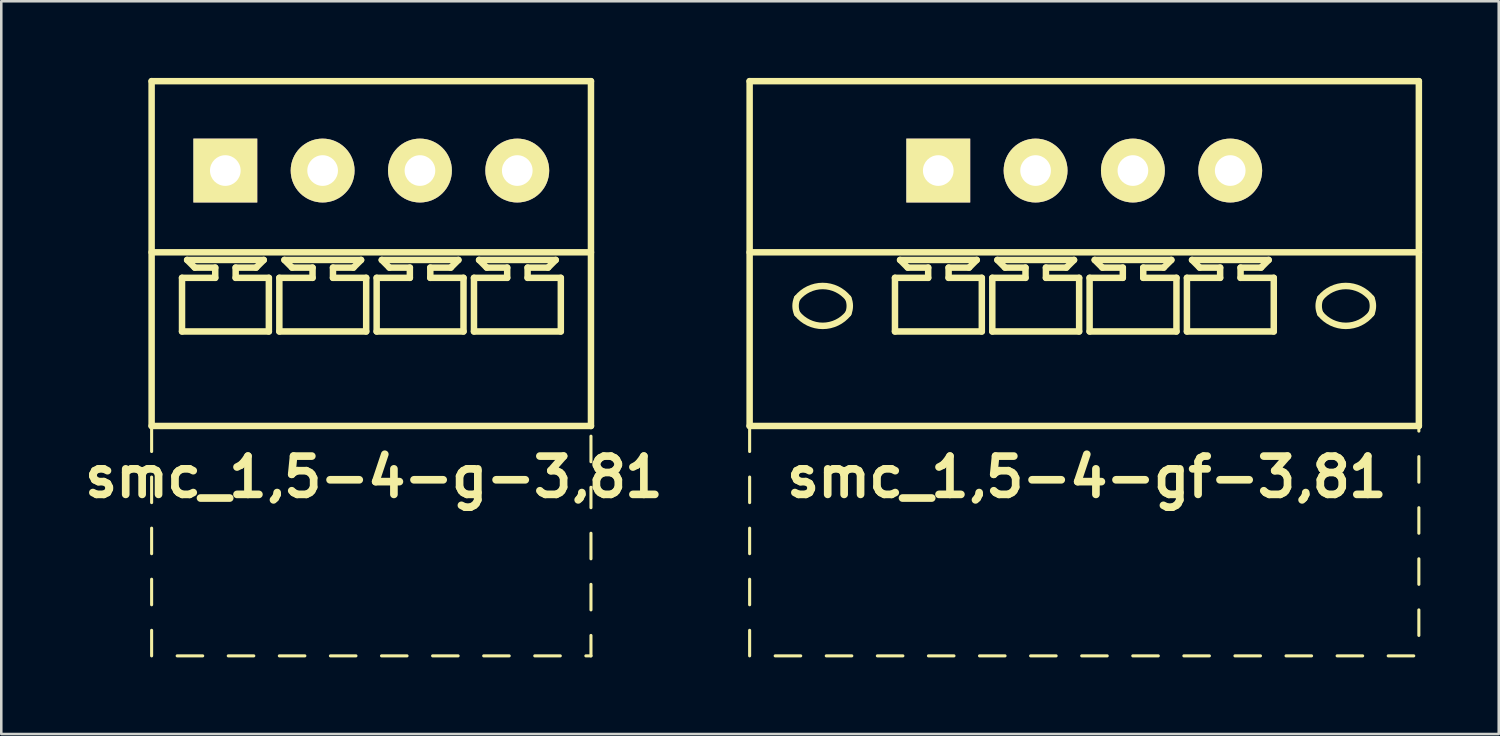
<source format=kicad_pcb>
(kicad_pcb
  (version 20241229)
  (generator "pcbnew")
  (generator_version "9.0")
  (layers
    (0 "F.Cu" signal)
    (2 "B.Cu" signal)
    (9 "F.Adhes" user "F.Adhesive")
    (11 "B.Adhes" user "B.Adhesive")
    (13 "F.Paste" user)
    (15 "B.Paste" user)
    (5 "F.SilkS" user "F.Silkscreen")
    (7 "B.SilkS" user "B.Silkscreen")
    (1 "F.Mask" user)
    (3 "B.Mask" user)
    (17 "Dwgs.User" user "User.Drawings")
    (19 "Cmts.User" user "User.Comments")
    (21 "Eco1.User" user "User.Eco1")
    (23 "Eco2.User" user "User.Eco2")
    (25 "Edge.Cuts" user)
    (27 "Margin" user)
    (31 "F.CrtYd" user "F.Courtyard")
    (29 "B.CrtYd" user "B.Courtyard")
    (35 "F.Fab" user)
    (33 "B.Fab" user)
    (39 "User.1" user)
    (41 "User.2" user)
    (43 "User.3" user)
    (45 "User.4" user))
  (footprint "smc_1,5-4-gf-3,81"
    (layer "F.Cu")
    (at 39.398 3.627)
    (property "Reference" "smc_1,5-4-gf-3,81" (at 0.1 12 0) (layer "F.SilkS") (effects (font (size 1.5 1.5) (thickness 0.3))))
    (attr through_hole)
    (fp_line (start -13.1 -3.5) (end -13.1 10) (stroke (width 0.254) (type solid)) (layer "F.SilkS"))
    (fp_line (start -13.1 -3.5) (end 13.1 -3.5) (stroke (width 0.254) (type solid)) (layer "F.SilkS"))
    (fp_line (start -13.1 3.2) (end 13.1 3.2) (stroke (width 0.254) (type solid)) (layer "F.SilkS"))
    (fp_line (start -13.1 10) (end -13.1 11) (stroke (width 0.12) (type solid)) (layer "F.SilkS"))
    (fp_line (start -13.1 10) (end 13.1 10) (stroke (width 0.254) (type solid)) (layer "F.SilkS"))
    (fp_line (start -13.1 12) (end -13.1 13) (stroke (width 0.12) (type solid)) (layer "F.SilkS"))
    (fp_line (start -13.1 14) (end -13.1 15) (stroke (width 0.12) (type solid)) (layer "F.SilkS"))
    (fp_line (start -13.1 16) (end -13.1 17) (stroke (width 0.12) (type solid)) (layer "F.SilkS"))
    (fp_line (start -13.1 18) (end -13.1 19) (stroke (width 0.12) (type solid)) (layer "F.SilkS"))
    (fp_line (start -12.1 19) (end -11.1 19) (stroke (width 0.12) (type solid)) (layer "F.SilkS"))
    (fp_line (start -10.1 19) (end -9.1 19) (stroke (width 0.12) (type solid)) (layer "F.SilkS"))
    (fp_line (start -8.1 19) (end -7.1 19) (stroke (width 0.12) (type solid)) (layer "F.SilkS"))
    (fp_line (start -7.41 4.2) (end -6.11 4.2) (stroke (width 0.254) (type solid)) (layer "F.SilkS"))
    (fp_line (start -7.41 6.3) (end -7.41 4.2) (stroke (width 0.254) (type solid)) (layer "F.SilkS"))
    (fp_line (start -7.21 3.5) (end -4.21 3.5) (stroke (width 0.254) (type solid)) (layer "F.SilkS"))
    (fp_line (start -6.91 3.8) (end -7.21 3.5) (stroke (width 0.254) (type solid)) (layer "F.SilkS"))
    (fp_line (start -6.11 3.8) (end -6.91 3.8) (stroke (width 0.254) (type solid)) (layer "F.SilkS"))
    (fp_line (start -6.11 4.2) (end -6.11 3.8) (stroke (width 0.254) (type solid)) (layer "F.SilkS"))
    (fp_line (start -6.1 19) (end -5.1 19) (stroke (width 0.12) (type solid)) (layer "F.SilkS"))
    (fp_line (start -5.31 3.8) (end -5.31 4.2) (stroke (width 0.254) (type solid)) (layer "F.SilkS"))
    (fp_line (start -5.31 4.2) (end -4.01 4.2) (stroke (width 0.254) (type solid)) (layer "F.SilkS"))
    (fp_line (start -4.51 3.8) (end -5.31 3.8) (stroke (width 0.254) (type solid)) (layer "F.SilkS"))
    (fp_line (start -4.51 3.8) (end -4.21 3.5) (stroke (width 0.254) (type solid)) (layer "F.SilkS"))
    (fp_line (start -4.1 19) (end -3.1 19) (stroke (width 0.12) (type solid)) (layer "F.SilkS"))
    (fp_line (start -4.01 4.2) (end -4.01 6.3) (stroke (width 0.254) (type solid)) (layer "F.SilkS"))
    (fp_line (start -4.01 6.3) (end -7.41 6.3) (stroke (width 0.254) (type solid)) (layer "F.SilkS"))
    (fp_line (start -3.6 4.2) (end -2.3 4.2) (stroke (width 0.254) (type solid)) (layer "F.SilkS"))
    (fp_line (start -3.6 6.3) (end -3.6 4.2) (stroke (width 0.254) (type solid)) (layer "F.SilkS"))
    (fp_line (start -3.4 3.5) (end -0.4 3.5) (stroke (width 0.254) (type solid)) (layer "F.SilkS"))
    (fp_line (start -3.1 3.8) (end -3.4 3.5) (stroke (width 0.254) (type solid)) (layer "F.SilkS"))
    (fp_line (start -2.3 3.8) (end -3.1 3.8) (stroke (width 0.254) (type solid)) (layer "F.SilkS"))
    (fp_line (start -2.3 4.2) (end -2.3 3.8) (stroke (width 0.254) (type solid)) (layer "F.SilkS"))
    (fp_line (start -2.1 19) (end -1.1 19) (stroke (width 0.12) (type solid)) (layer "F.SilkS"))
    (fp_line (start -1.5 3.8) (end -1.5 4.2) (stroke (width 0.254) (type solid)) (layer "F.SilkS"))
    (fp_line (start -1.5 4.2) (end -0.2 4.2) (stroke (width 0.254) (type solid)) (layer "F.SilkS"))
    (fp_line (start -0.7 3.8) (end -1.5 3.8) (stroke (width 0.254) (type solid)) (layer "F.SilkS"))
    (fp_line (start -0.7 3.8) (end -0.4 3.5) (stroke (width 0.254) (type solid)) (layer "F.SilkS"))
    (fp_line (start -0.2 4.2) (end -0.2 6.3) (stroke (width 0.254) (type solid)) (layer "F.SilkS"))
    (fp_line (start -0.2 6.3) (end -3.6 6.3) (stroke (width 0.254) (type solid)) (layer "F.SilkS"))
    (fp_line (start -0.1 19) (end 0.9 19) (stroke (width 0.12) (type solid)) (layer "F.SilkS"))
    (fp_line (start 0.21 4.2) (end 1.51 4.2) (stroke (width 0.254) (type solid)) (layer "F.SilkS"))
    (fp_line (start 0.21 6.3) (end 0.21 4.2) (stroke (width 0.254) (type solid)) (layer "F.SilkS"))
    (fp_line (start 0.41 3.5) (end 3.41 3.5) (stroke (width 0.254) (type solid)) (layer "F.SilkS"))
    (fp_line (start 0.71 3.8) (end 0.41 3.5) (stroke (width 0.254) (type solid)) (layer "F.SilkS"))
    (fp_line (start 1.51 3.8) (end 0.71 3.8) (stroke (width 0.254) (type solid)) (layer "F.SilkS"))
    (fp_line (start 1.51 4.2) (end 1.51 3.8) (stroke (width 0.254) (type solid)) (layer "F.SilkS"))
    (fp_line (start 1.9 19) (end 2.9 19) (stroke (width 0.12) (type solid)) (layer "F.SilkS"))
    (fp_line (start 2.31 3.8) (end 2.31 4.2) (stroke (width 0.254) (type solid)) (layer "F.SilkS"))
    (fp_line (start 2.31 4.2) (end 3.61 4.2) (stroke (width 0.254) (type solid)) (layer "F.SilkS"))
    (fp_line (start 3.11 3.8) (end 2.31 3.8) (stroke (width 0.254) (type solid)) (layer "F.SilkS"))
    (fp_line (start 3.11 3.8) (end 3.41 3.5) (stroke (width 0.254) (type solid)) (layer "F.SilkS"))
    (fp_line (start 3.61 4.2) (end 3.61 6.3) (stroke (width 0.254) (type solid)) (layer "F.SilkS"))
    (fp_line (start 3.61 6.3) (end 0.21 6.3) (stroke (width 0.254) (type solid)) (layer "F.SilkS"))
    (fp_line (start 3.9 19) (end 4.9 19) (stroke (width 0.12) (type solid)) (layer "F.SilkS"))
    (fp_line (start 4.02 4.2) (end 5.32 4.2) (stroke (width 0.254) (type solid)) (layer "F.SilkS"))
    (fp_line (start 4.02 6.3) (end 4.02 4.2) (stroke (width 0.254) (type solid)) (layer "F.SilkS"))
    (fp_line (start 4.22 3.5) (end 7.22 3.5) (stroke (width 0.254) (type solid)) (layer "F.SilkS"))
    (fp_line (start 4.52 3.8) (end 4.22 3.5) (stroke (width 0.254) (type solid)) (layer "F.SilkS"))
    (fp_line (start 5.32 3.8) (end 4.52 3.8) (stroke (width 0.254) (type solid)) (layer "F.SilkS"))
    (fp_line (start 5.32 4.2) (end 5.32 3.8) (stroke (width 0.254) (type solid)) (layer "F.SilkS"))
    (fp_line (start 5.9 19) (end 6.9 19) (stroke (width 0.12) (type solid)) (layer "F.SilkS"))
    (fp_line (start 6.12 3.8) (end 6.12 4.2) (stroke (width 0.254) (type solid)) (layer "F.SilkS"))
    (fp_line (start 6.12 4.2) (end 7.42 4.2) (stroke (width 0.254) (type solid)) (layer "F.SilkS"))
    (fp_line (start 6.92 3.8) (end 6.12 3.8) (stroke (width 0.254) (type solid)) (layer "F.SilkS"))
    (fp_line (start 6.92 3.8) (end 7.22 3.5) (stroke (width 0.254) (type solid)) (layer "F.SilkS"))
    (fp_line (start 7.42 4.2) (end 7.42 6.3) (stroke (width 0.254) (type solid)) (layer "F.SilkS"))
    (fp_line (start 7.42 6.3) (end 4.02 6.3) (stroke (width 0.254) (type solid)) (layer "F.SilkS"))
    (fp_line (start 7.9 19) (end 8.9 19) (stroke (width 0.12) (type solid)) (layer "F.SilkS"))
    (fp_line (start 9.9 19) (end 10.9 19) (stroke (width 0.12) (type solid)) (layer "F.SilkS"))
    (fp_line (start 11.9 19) (end 12.9 19) (stroke (width 0.12) (type solid)) (layer "F.SilkS"))
    (fp_line (start 13.1 -3.5) (end 13.1 10) (stroke (width 0.254) (type solid)) (layer "F.SilkS"))
    (fp_line (start 13.1 10) (end 13.1 10.2) (stroke (width 0.12) (type solid)) (layer "F.SilkS"))
    (fp_line (start 13.1 12.2) (end 13.1 11.2) (stroke (width 0.12) (type solid)) (layer "F.SilkS"))
    (fp_line (start 13.1 14.2) (end 13.1 13.2) (stroke (width 0.12) (type solid)) (layer "F.SilkS"))
    (fp_line (start 13.1 16.2) (end 13.1 15.2) (stroke (width 0.12) (type solid)) (layer "F.SilkS"))
    (fp_line (start 13.1 17.2) (end 13.1 18.2) (stroke (width 0.12) (type solid)) (layer "F.SilkS"))
    (fp_arc (start -11.240274 5.000342) (mid -10.240219 4.519375) (end -9.24 5) (stroke (width 0.254) (type solid)) (layer "F.SilkS"))
    (fp_arc (start -11.239985 5.600034) (mid -11.301577 5.300019) (end -11.24 5) (stroke (width 0.254) (type solid)) (layer "F.SilkS"))
    (fp_arc (start -9.240015 4.999966) (mid -9.178423 5.299981) (end -9.24 5.6) (stroke (width 0.254) (type solid)) (layer "F.SilkS"))
    (fp_arc (start -9.239726 5.599658) (mid -10.239781 6.080625) (end -11.24 5.6) (stroke (width 0.254) (type solid)) (layer "F.SilkS"))
    (fp_arc (start 9.239726 5.000342) (mid 10.239781 4.519375) (end 11.24 5) (stroke (width 0.254) (type solid)) (layer "F.SilkS"))
    (fp_arc (start 9.240015 5.600034) (mid 9.178423 5.300019) (end 9.24 5) (stroke (width 0.254) (type solid)) (layer "F.SilkS"))
    (fp_arc (start 11.239985 4.999966) (mid 11.301577 5.299981) (end 11.24 5.6) (stroke (width 0.254) (type solid)) (layer "F.SilkS"))
    (fp_arc (start 11.240274 5.599658) (mid 10.240219 6.080625) (end 9.24 5.6) (stroke (width 0.254) (type solid)) (layer "F.SilkS"))
    (pad "1" thru_hole rect (at -5.715 0) (size 2.5 2.5) (drill 1.2) (layers "*.Cu" "*.Mask" "F.SilkS"))
    (pad "2" thru_hole circle (at -1.905 0) (size 2.5 2.5) (drill 1.2) (layers "*.Cu" "*.Mask" "F.SilkS"))
    (pad "3" thru_hole circle (at 1.905 0) (size 2.5 2.5) (drill 1.2) (layers "*.Cu" "*.Mask" "F.SilkS"))
    (pad "4" thru_hole circle (at 5.715 0) (size 2.5 2.5) (drill 1.2) (layers "*.Cu" "*.Mask" "F.SilkS")))
  (footprint "smc_1,5-4-g-3,81"
    (layer "F.Cu")
    (at 11.486 3.627)
    (property "Reference" "smc_1,5-4-g-3,81" (at 0.1 12 0) (layer "F.SilkS") (effects (font (size 1.5 1.5) (thickness 0.3))))
    (attr through_hole)
    (fp_line (start -8.6 -3.5) (end -8.6 10) (stroke (width 0.254) (type solid)) (layer "F.SilkS"))
    (fp_line (start -8.6 -3.5) (end 8.6 -3.5) (stroke (width 0.254) (type solid)) (layer "F.SilkS"))
    (fp_line (start -8.6 3.2) (end 8.6 3.2) (stroke (width 0.254) (type solid)) (layer "F.SilkS"))
    (fp_line (start -8.6 10) (end -8.6 11) (stroke (width 0.12) (type solid)) (layer "F.SilkS"))
    (fp_line (start -8.6 10) (end 8.6 10) (stroke (width 0.254) (type solid)) (layer "F.SilkS"))
    (fp_line (start -8.6 12) (end -8.6 13) (stroke (width 0.12) (type solid)) (layer "F.SilkS"))
    (fp_line (start -8.6 14) (end -8.6 15) (stroke (width 0.12) (type solid)) (layer "F.SilkS"))
    (fp_line (start -8.6 16) (end -8.6 17) (stroke (width 0.12) (type solid)) (layer "F.SilkS"))
    (fp_line (start -8.6 18) (end -8.6 19) (stroke (width 0.12) (type solid)) (layer "F.SilkS"))
    (fp_line (start -7.6 19) (end -6.6 19) (stroke (width 0.12) (type solid)) (layer "F.SilkS"))
    (fp_line (start -7.41 4.2) (end -6.11 4.2) (stroke (width 0.254) (type solid)) (layer "F.SilkS"))
    (fp_line (start -7.41 6.3) (end -7.41 4.2) (stroke (width 0.254) (type solid)) (layer "F.SilkS"))
    (fp_line (start -7.21 3.5) (end -4.21 3.5) (stroke (width 0.254) (type solid)) (layer "F.SilkS"))
    (fp_line (start -6.91 3.8) (end -7.21 3.5) (stroke (width 0.254) (type solid)) (layer "F.SilkS"))
    (fp_line (start -6.11 3.8) (end -6.91 3.8) (stroke (width 0.254) (type solid)) (layer "F.SilkS"))
    (fp_line (start -6.11 4.2) (end -6.11 3.8) (stroke (width 0.254) (type solid)) (layer "F.SilkS"))
    (fp_line (start -5.6 19) (end -4.6 19) (stroke (width 0.12) (type solid)) (layer "F.SilkS"))
    (fp_line (start -5.31 3.8) (end -5.31 4.2) (stroke (width 0.254) (type solid)) (layer "F.SilkS"))
    (fp_line (start -5.31 4.2) (end -4.01 4.2) (stroke (width 0.254) (type solid)) (layer "F.SilkS"))
    (fp_line (start -4.51 3.8) (end -5.31 3.8) (stroke (width 0.254) (type solid)) (layer "F.SilkS"))
    (fp_line (start -4.51 3.8) (end -4.21 3.5) (stroke (width 0.254) (type solid)) (layer "F.SilkS"))
    (fp_line (start -4.01 4.2) (end -4.01 6.3) (stroke (width 0.254) (type solid)) (layer "F.SilkS"))
    (fp_line (start -4.01 6.3) (end -7.41 6.3) (stroke (width 0.254) (type solid)) (layer "F.SilkS"))
    (fp_line (start -3.6 4.2) (end -2.3 4.2) (stroke (width 0.254) (type solid)) (layer "F.SilkS"))
    (fp_line (start -3.6 6.3) (end -3.6 4.2) (stroke (width 0.254) (type solid)) (layer "F.SilkS"))
    (fp_line (start -3.6 19) (end -2.6 19) (stroke (width 0.12) (type solid)) (layer "F.SilkS"))
    (fp_line (start -3.4 3.5) (end -0.4 3.5) (stroke (width 0.254) (type solid)) (layer "F.SilkS"))
    (fp_line (start -3.1 3.8) (end -3.4 3.5) (stroke (width 0.254) (type solid)) (layer "F.SilkS"))
    (fp_line (start -2.3 3.8) (end -3.1 3.8) (stroke (width 0.254) (type solid)) (layer "F.SilkS"))
    (fp_line (start -2.3 4.2) (end -2.3 3.8) (stroke (width 0.254) (type solid)) (layer "F.SilkS"))
    (fp_line (start -1.6 19) (end -0.6 19) (stroke (width 0.12) (type solid)) (layer "F.SilkS"))
    (fp_line (start -1.5 3.8) (end -1.5 4.2) (stroke (width 0.254) (type solid)) (layer "F.SilkS"))
    (fp_line (start -1.5 4.2) (end -0.2 4.2) (stroke (width 0.254) (type solid)) (layer "F.SilkS"))
    (fp_line (start -0.7 3.8) (end -1.5 3.8) (stroke (width 0.254) (type solid)) (layer "F.SilkS"))
    (fp_line (start -0.7 3.8) (end -0.4 3.5) (stroke (width 0.254) (type solid)) (layer "F.SilkS"))
    (fp_line (start -0.2 4.2) (end -0.2 6.3) (stroke (width 0.254) (type solid)) (layer "F.SilkS"))
    (fp_line (start -0.2 6.3) (end -3.6 6.3) (stroke (width 0.254) (type solid)) (layer "F.SilkS"))
    (fp_line (start 0.21 4.2) (end 1.51 4.2) (stroke (width 0.254) (type solid)) (layer "F.SilkS"))
    (fp_line (start 0.21 6.3) (end 0.21 4.2) (stroke (width 0.254) (type solid)) (layer "F.SilkS"))
    (fp_line (start 0.4 19) (end 1.4 19) (stroke (width 0.12) (type solid)) (layer "F.SilkS"))
    (fp_line (start 0.41 3.5) (end 3.41 3.5) (stroke (width 0.254) (type solid)) (layer "F.SilkS"))
    (fp_line (start 0.71 3.8) (end 0.41 3.5) (stroke (width 0.254) (type solid)) (layer "F.SilkS"))
    (fp_line (start 1.51 3.8) (end 0.71 3.8) (stroke (width 0.254) (type solid)) (layer "F.SilkS"))
    (fp_line (start 1.51 4.2) (end 1.51 3.8) (stroke (width 0.254) (type solid)) (layer "F.SilkS"))
    (fp_line (start 2.31 3.8) (end 2.31 4.2) (stroke (width 0.254) (type solid)) (layer "F.SilkS"))
    (fp_line (start 2.31 4.2) (end 3.61 4.2) (stroke (width 0.254) (type solid)) (layer "F.SilkS"))
    (fp_line (start 2.4 19) (end 3.4 19) (stroke (width 0.12) (type solid)) (layer "F.SilkS"))
    (fp_line (start 3.11 3.8) (end 2.31 3.8) (stroke (width 0.254) (type solid)) (layer "F.SilkS"))
    (fp_line (start 3.11 3.8) (end 3.41 3.5) (stroke (width 0.254) (type solid)) (layer "F.SilkS"))
    (fp_line (start 3.61 4.2) (end 3.61 6.3) (stroke (width 0.254) (type solid)) (layer "F.SilkS"))
    (fp_line (start 3.61 6.3) (end 0.21 6.3) (stroke (width 0.254) (type solid)) (layer "F.SilkS"))
    (fp_line (start 4.02 4.2) (end 5.32 4.2) (stroke (width 0.254) (type solid)) (layer "F.SilkS"))
    (fp_line (start 4.02 6.3) (end 4.02 4.2) (stroke (width 0.254) (type solid)) (layer "F.SilkS"))
    (fp_line (start 4.22 3.5) (end 7.22 3.5) (stroke (width 0.254) (type solid)) (layer "F.SilkS"))
    (fp_line (start 4.4 19) (end 5.4 19) (stroke (width 0.12) (type solid)) (layer "F.SilkS"))
    (fp_line (start 4.52 3.8) (end 4.22 3.5) (stroke (width 0.254) (type solid)) (layer "F.SilkS"))
    (fp_line (start 5.32 3.8) (end 4.52 3.8) (stroke (width 0.254) (type solid)) (layer "F.SilkS"))
    (fp_line (start 5.32 4.2) (end 5.32 3.8) (stroke (width 0.254) (type solid)) (layer "F.SilkS"))
    (fp_line (start 6.12 3.8) (end 6.12 4.2) (stroke (width 0.254) (type solid)) (layer "F.SilkS"))
    (fp_line (start 6.12 4.2) (end 7.42 4.2) (stroke (width 0.254) (type solid)) (layer "F.SilkS"))
    (fp_line (start 6.4 19) (end 7.4 19) (stroke (width 0.12) (type solid)) (layer "F.SilkS"))
    (fp_line (start 6.92 3.8) (end 6.12 3.8) (stroke (width 0.254) (type solid)) (layer "F.SilkS"))
    (fp_line (start 6.92 3.8) (end 7.22 3.5) (stroke (width 0.254) (type solid)) (layer "F.SilkS"))
    (fp_line (start 7.42 4.2) (end 7.42 6.3) (stroke (width 0.254) (type solid)) (layer "F.SilkS"))
    (fp_line (start 7.42 6.3) (end 4.02 6.3) (stroke (width 0.254) (type solid)) (layer "F.SilkS"))
    (fp_line (start 8.4 19) (end 8.6 19) (stroke (width 0.12) (type solid)) (layer "F.SilkS"))
    (fp_line (start 8.6 -3.5) (end 8.6 10) (stroke (width 0.254) (type solid)) (layer "F.SilkS"))
    (fp_line (start 8.6 10.4) (end 8.6 11.4) (stroke (width 0.12) (type solid)) (layer "F.SilkS"))
    (fp_line (start 8.6 13.2) (end 8.6 12.4) (stroke (width 0.12) (type solid)) (layer "F.SilkS"))
    (fp_line (start 8.6 15.2) (end 8.6 14.2) (stroke (width 0.12) (type solid)) (layer "F.SilkS"))
    (fp_line (start 8.6 16.2) (end 8.6 17.2) (stroke (width 0.12) (type solid)) (layer "F.SilkS"))
    (fp_line (start 8.6 18.2) (end 8.6 19) (stroke (width 0.12) (type solid)) (layer "F.SilkS"))
    (pad "1" thru_hole rect (at -5.715 0) (size 2.5 2.5) (drill 1.2) (layers "*.Cu" "*.Mask" "F.SilkS"))
    (pad "2" thru_hole circle (at -1.905 0) (size 2.5 2.5) (drill 1.2) (layers "*.Cu" "*.Mask" "F.SilkS"))
    (pad "3" thru_hole circle (at 1.905 0) (size 2.5 2.5) (drill 1.2) (layers "*.Cu" "*.Mask" "F.SilkS"))
    (pad "4" thru_hole circle (at 5.715 0) (size 2.5 2.5) (drill 1.2) (layers "*.Cu" "*.Mask" "F.SilkS")))
  (gr_rect
    (start -3 -3)
    (end 55.625 25.687)
    (stroke (width 0.1) (type default))
    (fill no)
    (layer "Edge.Cuts")))
</source>
